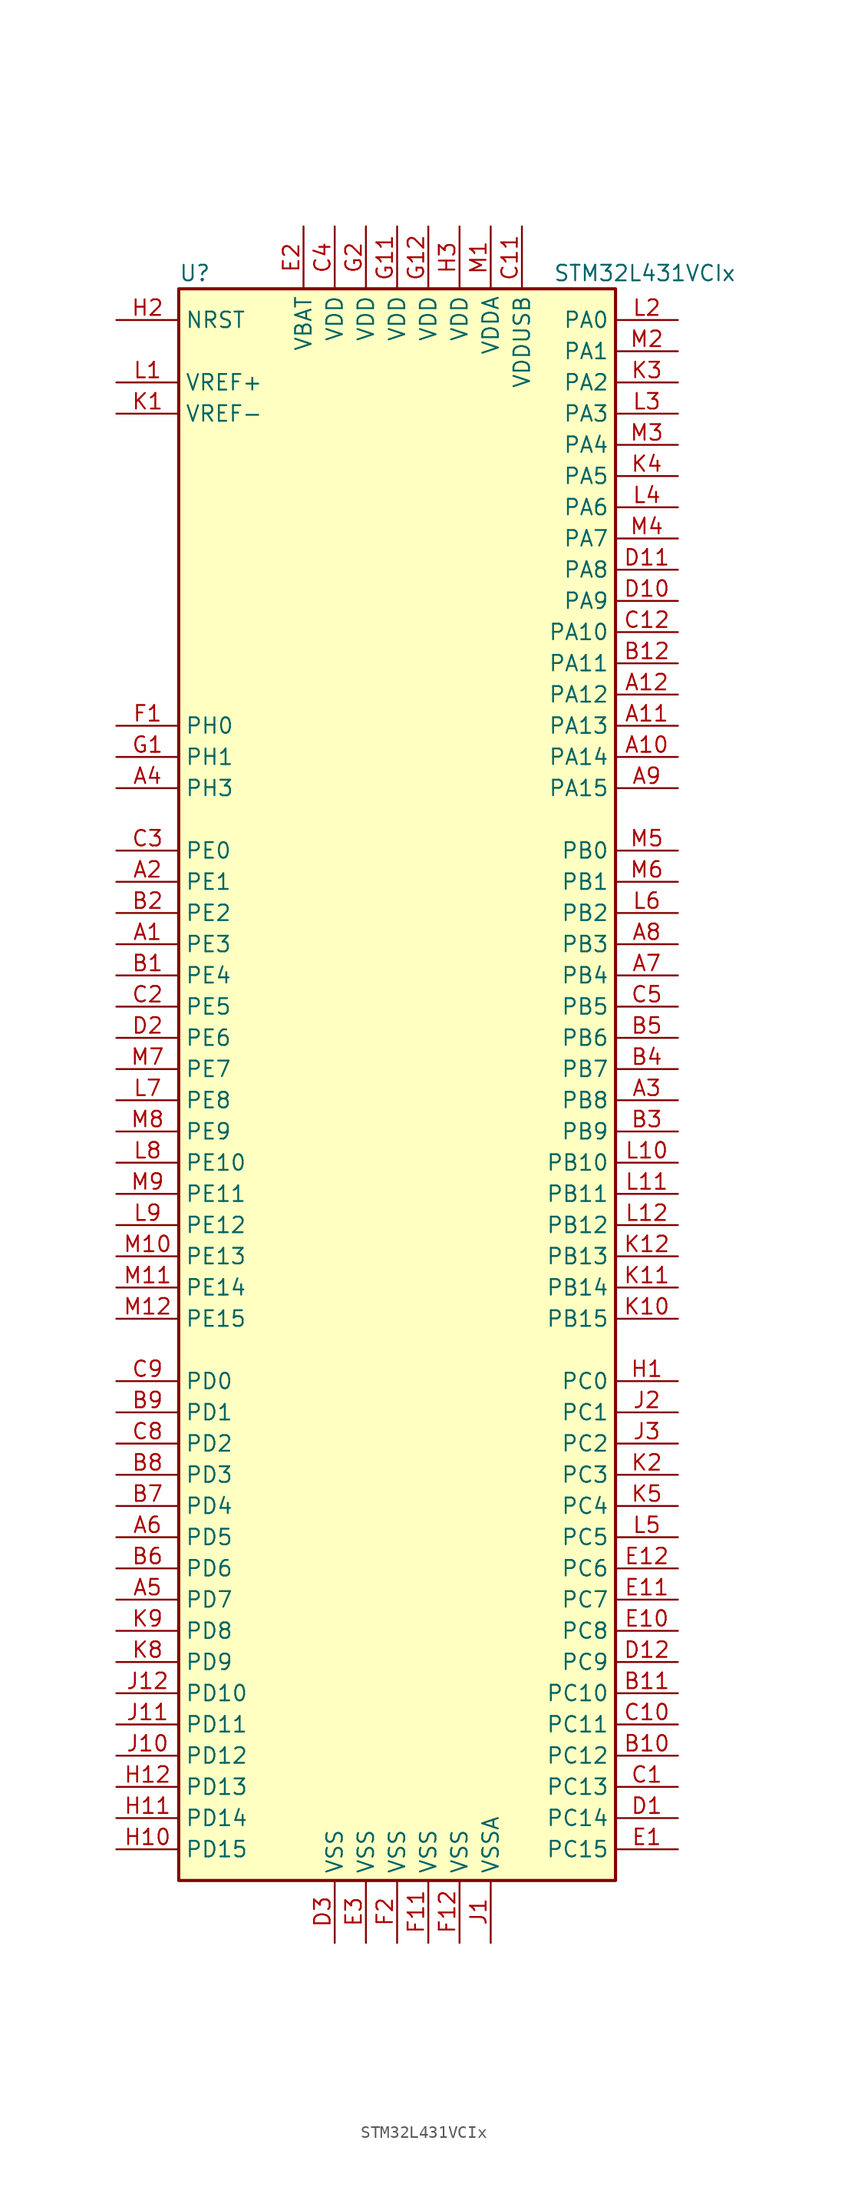
<source format=kicad_sym>
(kicad_symbol_lib
  (version 20211014)
  (generator kicad_symbol_editor)
  (symbol "STM32L431VCIx"
    (property "Reference" "U"
      (at -17.78 64.77 0)
      (effects (font (size 1.27 1.27)) (justify left)))
    (property "Value" "STM32L431VCIx"
      (at 12.7 64.77 0)
      (effects (font (size 1.27 1.27)) (justify left)))
    (symbol "STM32L431VCIx_0_1"
      (rectangle (start -17.78 -66.04) (end 17.78 63.5) (stroke (width 0.254) (type default) (color 0 0 0 0)) (fill (type background))))
    (symbol "STM32L431VCIx_1_1"
      (pin bidirectional line (at -22.86 10.16 0) (length 5.08) (name "PE3" (effects (font (size 1.27 1.27)))) (number "A1" (effects (font (size 1.27 1.27)))))
      (pin bidirectional line (at 22.86 25.4 180) (length 5.08) (name "PA14" (effects (font (size 1.27 1.27)))) (number "A10" (effects (font (size 1.27 1.27)))))
      (pin bidirectional line (at 22.86 27.94 180) (length 5.08) (name "PA13" (effects (font (size 1.27 1.27)))) (number "A11" (effects (font (size 1.27 1.27)))))
      (pin bidirectional line (at 22.86 30.48 180) (length 5.08) (name "PA12" (effects (font (size 1.27 1.27)))) (number "A12" (effects (font (size 1.27 1.27)))))
      (pin bidirectional line (at -22.86 15.24 0) (length 5.08) (name "PE1" (effects (font (size 1.27 1.27)))) (number "A2" (effects (font (size 1.27 1.27)))))
      (pin bidirectional line (at 22.86 -2.54 180) (length 5.08) (name "PB8" (effects (font (size 1.27 1.27)))) (number "A3" (effects (font (size 1.27 1.27)))))
      (pin bidirectional line (at -22.86 22.86 0) (length 5.08) (name "PH3" (effects (font (size 1.27 1.27)))) (number "A4" (effects (font (size 1.27 1.27)))))
      (pin bidirectional line (at -22.86 -43.18 0) (length 5.08) (name "PD7" (effects (font (size 1.27 1.27)))) (number "A5" (effects (font (size 1.27 1.27)))))
      (pin bidirectional line (at -22.86 -38.1 0) (length 5.08) (name "PD5" (effects (font (size 1.27 1.27)))) (number "A6" (effects (font (size 1.27 1.27)))))
      (pin bidirectional line (at 22.86 7.62 180) (length 5.08) (name "PB4" (effects (font (size 1.27 1.27)))) (number "A7" (effects (font (size 1.27 1.27)))))
      (pin bidirectional line (at 22.86 10.16 180) (length 5.08) (name "PB3" (effects (font (size 1.27 1.27)))) (number "A8" (effects (font (size 1.27 1.27)))))
      (pin bidirectional line (at 22.86 22.86 180) (length 5.08) (name "PA15" (effects (font (size 1.27 1.27)))) (number "A9" (effects (font (size 1.27 1.27)))))
      (pin bidirectional line (at -22.86 7.62 0) (length 5.08) (name "PE4" (effects (font (size 1.27 1.27)))) (number "B1" (effects (font (size 1.27 1.27)))))
      (pin bidirectional line (at 22.86 -55.88 180) (length 5.08) (name "PC12" (effects (font (size 1.27 1.27)))) (number "B10" (effects (font (size 1.27 1.27)))))
      (pin bidirectional line (at 22.86 -50.8 180) (length 5.08) (name "PC10" (effects (font (size 1.27 1.27)))) (number "B11" (effects (font (size 1.27 1.27)))))
      (pin bidirectional line (at 22.86 33.02 180) (length 5.08) (name "PA11" (effects (font (size 1.27 1.27)))) (number "B12" (effects (font (size 1.27 1.27)))))
      (pin bidirectional line (at -22.86 12.7 0) (length 5.08) (name "PE2" (effects (font (size 1.27 1.27)))) (number "B2" (effects (font (size 1.27 1.27)))))
      (pin bidirectional line (at 22.86 -5.08 180) (length 5.08) (name "PB9" (effects (font (size 1.27 1.27)))) (number "B3" (effects (font (size 1.27 1.27)))))
      (pin bidirectional line (at 22.86 0 180) (length 5.08) (name "PB7" (effects (font (size 1.27 1.27)))) (number "B4" (effects (font (size 1.27 1.27)))))
      (pin bidirectional line (at 22.86 2.54 180) (length 5.08) (name "PB6" (effects (font (size 1.27 1.27)))) (number "B5" (effects (font (size 1.27 1.27)))))
      (pin bidirectional line (at -22.86 -40.64 0) (length 5.08) (name "PD6" (effects (font (size 1.27 1.27)))) (number "B6" (effects (font (size 1.27 1.27)))))
      (pin bidirectional line (at -22.86 -35.56 0) (length 5.08) (name "PD4" (effects (font (size 1.27 1.27)))) (number "B7" (effects (font (size 1.27 1.27)))))
      (pin bidirectional line (at -22.86 -33.02 0) (length 5.08) (name "PD3" (effects (font (size 1.27 1.27)))) (number "B8" (effects (font (size 1.27 1.27)))))
      (pin bidirectional line (at -22.86 -27.94 0) (length 5.08) (name "PD1" (effects (font (size 1.27 1.27)))) (number "B9" (effects (font (size 1.27 1.27)))))
      (pin bidirectional line (at 22.86 -58.42 180) (length 5.08) (name "PC13" (effects (font (size 1.27 1.27)))) (number "C1" (effects (font (size 1.27 1.27)))))
      (pin bidirectional line (at 22.86 -53.34 180) (length 5.08) (name "PC11" (effects (font (size 1.27 1.27)))) (number "C10" (effects (font (size 1.27 1.27)))))
      (pin power_in line (at 10.16 68.58 270) (length 5.08) (name "VDDUSB" (effects (font (size 1.27 1.27)))) (number "C11" (effects (font (size 1.27 1.27)))))
      (pin bidirectional line (at 22.86 35.56 180) (length 5.08) (name "PA10" (effects (font (size 1.27 1.27)))) (number "C12" (effects (font (size 1.27 1.27)))))
      (pin bidirectional line (at -22.86 5.08 0) (length 5.08) (name "PE5" (effects (font (size 1.27 1.27)))) (number "C2" (effects (font (size 1.27 1.27)))))
      (pin bidirectional line (at -22.86 17.78 0) (length 5.08) (name "PE0" (effects (font (size 1.27 1.27)))) (number "C3" (effects (font (size 1.27 1.27)))))
      (pin power_in line (at -5.08 68.58 270) (length 5.08) (name "VDD" (effects (font (size 1.27 1.27)))) (number "C4" (effects (font (size 1.27 1.27)))))
      (pin bidirectional line (at 22.86 5.08 180) (length 5.08) (name "PB5" (effects (font (size 1.27 1.27)))) (number "C5" (effects (font (size 1.27 1.27)))))
      (pin bidirectional line (at -22.86 -30.48 0) (length 5.08) (name "PD2" (effects (font (size 1.27 1.27)))) (number "C8" (effects (font (size 1.27 1.27)))))
      (pin bidirectional line (at -22.86 -25.4 0) (length 5.08) (name "PD0" (effects (font (size 1.27 1.27)))) (number "C9" (effects (font (size 1.27 1.27)))))
      (pin bidirectional line (at 22.86 -60.96 180) (length 5.08) (name "PC14" (effects (font (size 1.27 1.27)))) (number "D1" (effects (font (size 1.27 1.27)))))
      (pin bidirectional line (at 22.86 38.1 180) (length 5.08) (name "PA9" (effects (font (size 1.27 1.27)))) (number "D10" (effects (font (size 1.27 1.27)))))
      (pin bidirectional line (at 22.86 40.64 180) (length 5.08) (name "PA8" (effects (font (size 1.27 1.27)))) (number "D11" (effects (font (size 1.27 1.27)))))
      (pin bidirectional line (at 22.86 -48.26 180) (length 5.08) (name "PC9" (effects (font (size 1.27 1.27)))) (number "D12" (effects (font (size 1.27 1.27)))))
      (pin bidirectional line (at -22.86 2.54 0) (length 5.08) (name "PE6" (effects (font (size 1.27 1.27)))) (number "D2" (effects (font (size 1.27 1.27)))))
      (pin power_in line (at -5.08 -71.12 90) (length 5.08) (name "VSS" (effects (font (size 1.27 1.27)))) (number "D3" (effects (font (size 1.27 1.27)))))
      (pin bidirectional line (at 22.86 -63.5 180) (length 5.08) (name "PC15" (effects (font (size 1.27 1.27)))) (number "E1" (effects (font (size 1.27 1.27)))))
      (pin bidirectional line (at 22.86 -45.72 180) (length 5.08) (name "PC8" (effects (font (size 1.27 1.27)))) (number "E10" (effects (font (size 1.27 1.27)))))
      (pin bidirectional line (at 22.86 -43.18 180) (length 5.08) (name "PC7" (effects (font (size 1.27 1.27)))) (number "E11" (effects (font (size 1.27 1.27)))))
      (pin bidirectional line (at 22.86 -40.64 180) (length 5.08) (name "PC6" (effects (font (size 1.27 1.27)))) (number "E12" (effects (font (size 1.27 1.27)))))
      (pin power_in line (at -7.62 68.58 270) (length 5.08) (name "VBAT" (effects (font (size 1.27 1.27)))) (number "E2" (effects (font (size 1.27 1.27)))))
      (pin power_in line (at -2.54 -71.12 90) (length 5.08) (name "VSS" (effects (font (size 1.27 1.27)))) (number "E3" (effects (font (size 1.27 1.27)))))
      (pin input line (at -22.86 27.94 0) (length 5.08) (name "PH0" (effects (font (size 1.27 1.27)))) (number "F1" (effects (font (size 1.27 1.27)))))
      (pin power_in line (at 2.54 -71.12 90) (length 5.08) (name "VSS" (effects (font (size 1.27 1.27)))) (number "F11" (effects (font (size 1.27 1.27)))))
      (pin power_in line (at 5.08 -71.12 90) (length 5.08) (name "VSS" (effects (font (size 1.27 1.27)))) (number "F12" (effects (font (size 1.27 1.27)))))
      (pin power_in line (at 0 -71.12 90) (length 5.08) (name "VSS" (effects (font (size 1.27 1.27)))) (number "F2" (effects (font (size 1.27 1.27)))))
      (pin input line (at -22.86 25.4 0) (length 5.08) (name "PH1" (effects (font (size 1.27 1.27)))) (number "G1" (effects (font (size 1.27 1.27)))))
      (pin power_in line (at 0 68.58 270) (length 5.08) (name "VDD" (effects (font (size 1.27 1.27)))) (number "G11" (effects (font (size 1.27 1.27)))))
      (pin power_in line (at 2.54 68.58 270) (length 5.08) (name "VDD" (effects (font (size 1.27 1.27)))) (number "G12" (effects (font (size 1.27 1.27)))))
      (pin power_in line (at -2.54 68.58 270) (length 5.08) (name "VDD" (effects (font (size 1.27 1.27)))) (number "G2" (effects (font (size 1.27 1.27)))))
      (pin bidirectional line (at 22.86 -25.4 180) (length 5.08) (name "PC0" (effects (font (size 1.27 1.27)))) (number "H1" (effects (font (size 1.27 1.27)))))
      (pin bidirectional line (at -22.86 -63.5 0) (length 5.08) (name "PD15" (effects (font (size 1.27 1.27)))) (number "H10" (effects (font (size 1.27 1.27)))))
      (pin bidirectional line (at -22.86 -60.96 0) (length 5.08) (name "PD14" (effects (font (size 1.27 1.27)))) (number "H11" (effects (font (size 1.27 1.27)))))
      (pin bidirectional line (at -22.86 -58.42 0) (length 5.08) (name "PD13" (effects (font (size 1.27 1.27)))) (number "H12" (effects (font (size 1.27 1.27)))))
      (pin input line (at -22.86 60.96 0) (length 5.08) (name "NRST" (effects (font (size 1.27 1.27)))) (number "H2" (effects (font (size 1.27 1.27)))))
      (pin power_in line (at 5.08 68.58 270) (length 5.08) (name "VDD" (effects (font (size 1.27 1.27)))) (number "H3" (effects (font (size 1.27 1.27)))))
      (pin power_in line (at 7.62 -71.12 90) (length 5.08) (name "VSSA" (effects (font (size 1.27 1.27)))) (number "J1" (effects (font (size 1.27 1.27)))))
      (pin bidirectional line (at -22.86 -55.88 0) (length 5.08) (name "PD12" (effects (font (size 1.27 1.27)))) (number "J10" (effects (font (size 1.27 1.27)))))
      (pin bidirectional line (at -22.86 -53.34 0) (length 5.08) (name "PD11" (effects (font (size 1.27 1.27)))) (number "J11" (effects (font (size 1.27 1.27)))))
      (pin bidirectional line (at -22.86 -50.8 0) (length 5.08) (name "PD10" (effects (font (size 1.27 1.27)))) (number "J12" (effects (font (size 1.27 1.27)))))
      (pin bidirectional line (at 22.86 -27.94 180) (length 5.08) (name "PC1" (effects (font (size 1.27 1.27)))) (number "J2" (effects (font (size 1.27 1.27)))))
      (pin bidirectional line (at 22.86 -30.48 180) (length 5.08) (name "PC2" (effects (font (size 1.27 1.27)))) (number "J3" (effects (font (size 1.27 1.27)))))
      (pin power_in line (at -22.86 53.34 0) (length 5.08) (name "VREF-" (effects (font (size 1.27 1.27)))) (number "K1" (effects (font (size 1.27 1.27)))))
      (pin bidirectional line (at 22.86 -20.32 180) (length 5.08) (name "PB15" (effects (font (size 1.27 1.27)))) (number "K10" (effects (font (size 1.27 1.27)))))
      (pin bidirectional line (at 22.86 -17.78 180) (length 5.08) (name "PB14" (effects (font (size 1.27 1.27)))) (number "K11" (effects (font (size 1.27 1.27)))))
      (pin bidirectional line (at 22.86 -15.24 180) (length 5.08) (name "PB13" (effects (font (size 1.27 1.27)))) (number "K12" (effects (font (size 1.27 1.27)))))
      (pin bidirectional line (at 22.86 -33.02 180) (length 5.08) (name "PC3" (effects (font (size 1.27 1.27)))) (number "K2" (effects (font (size 1.27 1.27)))))
      (pin bidirectional line (at 22.86 55.88 180) (length 5.08) (name "PA2" (effects (font (size 1.27 1.27)))) (number "K3" (effects (font (size 1.27 1.27)))))
      (pin bidirectional line (at 22.86 48.26 180) (length 5.08) (name "PA5" (effects (font (size 1.27 1.27)))) (number "K4" (effects (font (size 1.27 1.27)))))
      (pin bidirectional line (at 22.86 -35.56 180) (length 5.08) (name "PC4" (effects (font (size 1.27 1.27)))) (number "K5" (effects (font (size 1.27 1.27)))))
      (pin bidirectional line (at -22.86 -48.26 0) (length 5.08) (name "PD9" (effects (font (size 1.27 1.27)))) (number "K8" (effects (font (size 1.27 1.27)))))
      (pin bidirectional line (at -22.86 -45.72 0) (length 5.08) (name "PD8" (effects (font (size 1.27 1.27)))) (number "K9" (effects (font (size 1.27 1.27)))))
      (pin bidirectional line (at -22.86 55.88 0) (length 5.08) (name "VREF+" (effects (font (size 1.27 1.27)))) (number "L1" (effects (font (size 1.27 1.27)))))
      (pin bidirectional line (at 22.86 -7.62 180) (length 5.08) (name "PB10" (effects (font (size 1.27 1.27)))) (number "L10" (effects (font (size 1.27 1.27)))))
      (pin bidirectional line (at 22.86 -10.16 180) (length 5.08) (name "PB11" (effects (font (size 1.27 1.27)))) (number "L11" (effects (font (size 1.27 1.27)))))
      (pin bidirectional line (at 22.86 -12.7 180) (length 5.08) (name "PB12" (effects (font (size 1.27 1.27)))) (number "L12" (effects (font (size 1.27 1.27)))))
      (pin bidirectional line (at 22.86 60.96 180) (length 5.08) (name "PA0" (effects (font (size 1.27 1.27)))) (number "L2" (effects (font (size 1.27 1.27)))))
      (pin bidirectional line (at 22.86 53.34 180) (length 5.08) (name "PA3" (effects (font (size 1.27 1.27)))) (number "L3" (effects (font (size 1.27 1.27)))))
      (pin bidirectional line (at 22.86 45.72 180) (length 5.08) (name "PA6" (effects (font (size 1.27 1.27)))) (number "L4" (effects (font (size 1.27 1.27)))))
      (pin bidirectional line (at 22.86 -38.1 180) (length 5.08) (name "PC5" (effects (font (size 1.27 1.27)))) (number "L5" (effects (font (size 1.27 1.27)))))
      (pin bidirectional line (at 22.86 12.7 180) (length 5.08) (name "PB2" (effects (font (size 1.27 1.27)))) (number "L6" (effects (font (size 1.27 1.27)))))
      (pin bidirectional line (at -22.86 -2.54 0) (length 5.08) (name "PE8" (effects (font (size 1.27 1.27)))) (number "L7" (effects (font (size 1.27 1.27)))))
      (pin bidirectional line (at -22.86 -7.62 0) (length 5.08) (name "PE10" (effects (font (size 1.27 1.27)))) (number "L8" (effects (font (size 1.27 1.27)))))
      (pin bidirectional line (at -22.86 -12.7 0) (length 5.08) (name "PE12" (effects (font (size 1.27 1.27)))) (number "L9" (effects (font (size 1.27 1.27)))))
      (pin power_in line (at 7.62 68.58 270) (length 5.08) (name "VDDA" (effects (font (size 1.27 1.27)))) (number "M1" (effects (font (size 1.27 1.27)))))
      (pin bidirectional line (at -22.86 -15.24 0) (length 5.08) (name "PE13" (effects (font (size 1.27 1.27)))) (number "M10" (effects (font (size 1.27 1.27)))))
      (pin bidirectional line (at -22.86 -17.78 0) (length 5.08) (name "PE14" (effects (font (size 1.27 1.27)))) (number "M11" (effects (font (size 1.27 1.27)))))
      (pin bidirectional line (at -22.86 -20.32 0) (length 5.08) (name "PE15" (effects (font (size 1.27 1.27)))) (number "M12" (effects (font (size 1.27 1.27)))))
      (pin bidirectional line (at 22.86 58.42 180) (length 5.08) (name "PA1" (effects (font (size 1.27 1.27)))) (number "M2" (effects (font (size 1.27 1.27)))))
      (pin bidirectional line (at 22.86 50.8 180) (length 5.08) (name "PA4" (effects (font (size 1.27 1.27)))) (number "M3" (effects (font (size 1.27 1.27)))))
      (pin bidirectional line (at 22.86 43.18 180) (length 5.08) (name "PA7" (effects (font (size 1.27 1.27)))) (number "M4" (effects (font (size 1.27 1.27)))))
      (pin bidirectional line (at 22.86 17.78 180) (length 5.08) (name "PB0" (effects (font (size 1.27 1.27)))) (number "M5" (effects (font (size 1.27 1.27)))))
      (pin bidirectional line (at 22.86 15.24 180) (length 5.08) (name "PB1" (effects (font (size 1.27 1.27)))) (number "M6" (effects (font (size 1.27 1.27)))))
      (pin bidirectional line (at -22.86 0 0) (length 5.08) (name "PE7" (effects (font (size 1.27 1.27)))) (number "M7" (effects (font (size 1.27 1.27)))))
      (pin bidirectional line (at -22.86 -5.08 0) (length 5.08) (name "PE9" (effects (font (size 1.27 1.27)))) (number "M8" (effects (font (size 1.27 1.27)))))
      (pin bidirectional line (at -22.86 -10.16 0) (length 5.08) (name "PE11" (effects (font (size 1.27 1.27)))) (number "M9" (effects (font (size 1.27 1.27))))))))
</source>
